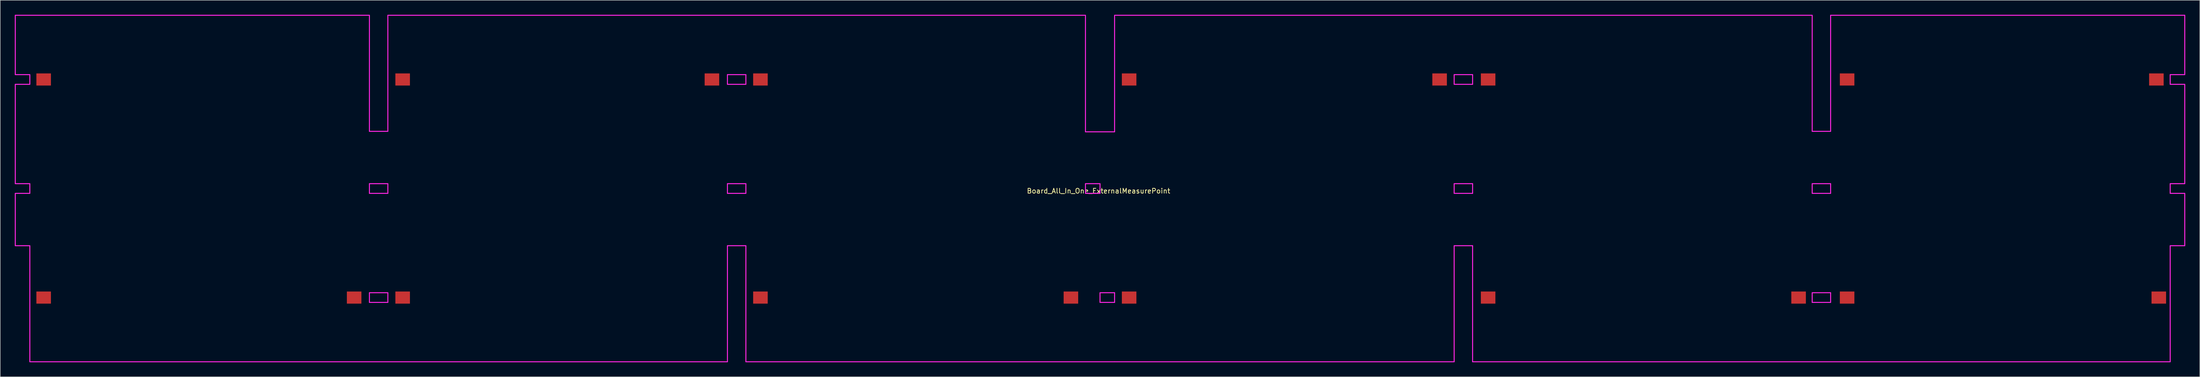
<source format=kicad_pcb>
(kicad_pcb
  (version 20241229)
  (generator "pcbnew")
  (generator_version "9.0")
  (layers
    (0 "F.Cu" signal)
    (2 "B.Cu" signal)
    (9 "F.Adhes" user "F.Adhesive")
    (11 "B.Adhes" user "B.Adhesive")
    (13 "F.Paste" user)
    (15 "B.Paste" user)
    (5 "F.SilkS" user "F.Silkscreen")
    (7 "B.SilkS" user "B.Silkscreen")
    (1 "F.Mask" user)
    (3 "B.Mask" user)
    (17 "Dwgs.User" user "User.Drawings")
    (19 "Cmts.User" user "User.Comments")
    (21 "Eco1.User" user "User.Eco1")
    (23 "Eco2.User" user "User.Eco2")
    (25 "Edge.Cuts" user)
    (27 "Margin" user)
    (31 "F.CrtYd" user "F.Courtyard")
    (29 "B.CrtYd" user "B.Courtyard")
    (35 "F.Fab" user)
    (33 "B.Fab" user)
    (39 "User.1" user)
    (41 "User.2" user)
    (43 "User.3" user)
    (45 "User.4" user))
  (footprint "Board_All_In_One_ExternalMeasurePoint"
    (layer "F.Cu")
    (at 223.7 35.85)
    (property "Reference" "Board_All_In_One_ExternalMeasurePoint" (at -0.3 0.5 0) (layer "F.SilkS") (effects (font (size 1 1) (thickness 0.153))))
    (attr through_hole)
    (fp_line (start -223.6 -35.75) (end -223.6 -23.5) (stroke (width 0.2) (type solid)) (layer "F.CrtYd"))
    (fp_line (start -223.6 -23.5) (end -220.6 -23.5) (stroke (width 0.2) (type solid)) (layer "F.CrtYd"))
    (fp_line (start -223.6 -21.5) (end -223.6 -1) (stroke (width 0.2) (type solid)) (layer "F.CrtYd"))
    (fp_line (start -223.6 -1) (end -220.6 -1) (stroke (width 0.2) (type solid)) (layer "F.CrtYd"))
    (fp_line (start -223.6 1) (end -223.6 11.8) (stroke (width 0.2) (type solid)) (layer "F.CrtYd"))
    (fp_line (start -223.6 11.8) (end -220.6 11.8) (stroke (width 0.2) (type solid)) (layer "F.CrtYd"))
    (fp_line (start -220.6 -23.5) (end -220.6 -21.5) (stroke (width 0.2) (type solid)) (layer "F.CrtYd"))
    (fp_line (start -220.6 -21.5) (end -223.6 -21.5) (stroke (width 0.2) (type solid)) (layer "F.CrtYd"))
    (fp_line (start -220.6 -1) (end -220.6 1) (stroke (width 0.2) (type solid)) (layer "F.CrtYd"))
    (fp_line (start -220.6 1) (end -223.6 1) (stroke (width 0.2) (type solid)) (layer "F.CrtYd"))
    (fp_line (start -220.6 11.8) (end -220.6 35.75) (stroke (width 0.2) (type solid)) (layer "F.CrtYd"))
    (fp_line (start -220.6 35.75) (end -76.8 35.75) (stroke (width 0.2) (type solid)) (layer "F.CrtYd"))
    (fp_line (start -150.6 -35.75) (end -223.6 -35.75) (stroke (width 0.2) (type solid)) (layer "F.CrtYd"))
    (fp_line (start -150.6 -11.8) (end -150.6 -35.75) (stroke (width 0.2) (type solid)) (layer "F.CrtYd"))
    (fp_line (start -150.6 -1) (end -146.8 -1) (stroke (width 0.2) (type solid)) (layer "F.CrtYd"))
    (fp_line (start -150.6 1) (end -150.6 -1) (stroke (width 0.2) (type solid)) (layer "F.CrtYd"))
    (fp_line (start -150.6 21.5) (end -146.8 21.5) (stroke (width 0.2) (type solid)) (layer "F.CrtYd"))
    (fp_line (start -150.6 23.5) (end -150.6 21.5) (stroke (width 0.2) (type solid)) (layer "F.CrtYd"))
    (fp_line (start -146.8 -35.75) (end -146.8 -11.8) (stroke (width 0.2) (type solid)) (layer "F.CrtYd"))
    (fp_line (start -146.8 -11.8) (end -150.6 -11.8) (stroke (width 0.2) (type solid)) (layer "F.CrtYd"))
    (fp_line (start -146.8 -1) (end -146.8 1) (stroke (width 0.2) (type solid)) (layer "F.CrtYd"))
    (fp_line (start -146.8 1) (end -150.6 1) (stroke (width 0.2) (type solid)) (layer "F.CrtYd"))
    (fp_line (start -146.8 21.5) (end -146.8 23.5) (stroke (width 0.2) (type solid)) (layer "F.CrtYd"))
    (fp_line (start -146.8 23.5) (end -150.6 23.5) (stroke (width 0.2) (type solid)) (layer "F.CrtYd"))
    (fp_line (start -76.8 -23.5) (end -73 -23.5) (stroke (width 0.2) (type solid)) (layer "F.CrtYd"))
    (fp_line (start -76.8 -21.5) (end -76.8 -23.5) (stroke (width 0.2) (type solid)) (layer "F.CrtYd"))
    (fp_line (start -76.8 -1) (end -73 -1) (stroke (width 0.2) (type solid)) (layer "F.CrtYd"))
    (fp_line (start -76.8 1) (end -76.8 -1) (stroke (width 0.2) (type solid)) (layer "F.CrtYd"))
    (fp_line (start -76.8 11.8) (end -73 11.8) (stroke (width 0.2) (type solid)) (layer "F.CrtYd"))
    (fp_line (start -76.8 35.75) (end -76.8 11.8) (stroke (width 0.2) (type solid)) (layer "F.CrtYd"))
    (fp_line (start -73 -23.5) (end -73 -21.5) (stroke (width 0.2) (type solid)) (layer "F.CrtYd"))
    (fp_line (start -73 -21.5) (end -76.8 -21.5) (stroke (width 0.2) (type solid)) (layer "F.CrtYd"))
    (fp_line (start -73 -1) (end -73 1) (stroke (width 0.2) (type solid)) (layer "F.CrtYd"))
    (fp_line (start -73 1) (end -76.8 1) (stroke (width 0.2) (type solid)) (layer "F.CrtYd"))
    (fp_line (start -73 11.8) (end -73 35.75) (stroke (width 0.2) (type solid)) (layer "F.CrtYd"))
    (fp_line (start -73 35.75) (end 3 35.75) (stroke (width 0.2) (type solid)) (layer "F.CrtYd"))
    (fp_line (start -3 -35.75) (end -146.8 -35.75) (stroke (width 0.2) (type solid)) (layer "F.CrtYd"))
    (fp_line (start -3 -11.7) (end -3 -35.65) (stroke (width 0.2) (type solid)) (layer "F.CrtYd"))
    (fp_line (start -3 -1) (end 0 -1) (stroke (width 0.2) (type solid)) (layer "F.CrtYd"))
    (fp_line (start -3 1) (end -3 -1) (stroke (width 0.2) (type solid)) (layer "F.CrtYd"))
    (fp_line (start 0 -1) (end 0 1) (stroke (width 0.2) (type solid)) (layer "F.CrtYd"))
    (fp_line (start 0 1) (end -3 1) (stroke (width 0.2) (type solid)) (layer "F.CrtYd"))
    (fp_line (start 0 21.5) (end 3 21.5) (stroke (width 0.2) (type solid)) (layer "F.CrtYd"))
    (fp_line (start 0 23.5) (end 0 21.5) (stroke (width 0.2) (type solid)) (layer "F.CrtYd"))
    (fp_line (start 3 -35.65) (end 3 -11.7) (stroke (width 0.2) (type solid)) (layer "F.CrtYd"))
    (fp_line (start 3 -11.7) (end -3 -11.7) (stroke (width 0.2) (type solid)) (layer "F.CrtYd"))
    (fp_line (start 3 21.5) (end 3 23.5) (stroke (width 0.2) (type solid)) (layer "F.CrtYd"))
    (fp_line (start 3 23.5) (end 0 23.5) (stroke (width 0.2) (type solid)) (layer "F.CrtYd"))
    (fp_line (start 73 -23.5) (end 76.8 -23.5) (stroke (width 0.2) (type solid)) (layer "F.CrtYd"))
    (fp_line (start 73 -21.5) (end 73 -23.5) (stroke (width 0.2) (type solid)) (layer "F.CrtYd"))
    (fp_line (start 73 -1) (end 76.8 -1) (stroke (width 0.2) (type solid)) (layer "F.CrtYd"))
    (fp_line (start 73 1) (end 73 -1) (stroke (width 0.2) (type solid)) (layer "F.CrtYd"))
    (fp_line (start 73 11.8) (end 76.8 11.8) (stroke (width 0.2) (type solid)) (layer "F.CrtYd"))
    (fp_line (start 73 35.75) (end 3 35.75) (stroke (width 0.2) (type solid)) (layer "F.CrtYd"))
    (fp_line (start 73 35.75) (end 73 11.8) (stroke (width 0.2) (type solid)) (layer "F.CrtYd"))
    (fp_line (start 76.8 -23.5) (end 76.8 -21.5) (stroke (width 0.2) (type solid)) (layer "F.CrtYd"))
    (fp_line (start 76.8 -21.5) (end 73 -21.5) (stroke (width 0.2) (type solid)) (layer "F.CrtYd"))
    (fp_line (start 76.8 -1) (end 76.8 1) (stroke (width 0.2) (type solid)) (layer "F.CrtYd"))
    (fp_line (start 76.8 1) (end 73 1) (stroke (width 0.2) (type solid)) (layer "F.CrtYd"))
    (fp_line (start 76.8 11.8) (end 76.8 35.75) (stroke (width 0.2) (type solid)) (layer "F.CrtYd"))
    (fp_line (start 76.8 35.75) (end 220.6 35.75) (stroke (width 0.2) (type solid)) (layer "F.CrtYd"))
    (fp_line (start 146.8 -35.75) (end 3 -35.75) (stroke (width 0.2) (type solid)) (layer "F.CrtYd"))
    (fp_line (start 146.8 -11.8) (end 146.8 -35.75) (stroke (width 0.2) (type solid)) (layer "F.CrtYd"))
    (fp_line (start 146.8 -1) (end 150.6 -1) (stroke (width 0.2) (type solid)) (layer "F.CrtYd"))
    (fp_line (start 146.8 1) (end 146.8 -1) (stroke (width 0.2) (type solid)) (layer "F.CrtYd"))
    (fp_line (start 146.8 21.5) (end 150.6 21.5) (stroke (width 0.2) (type solid)) (layer "F.CrtYd"))
    (fp_line (start 146.8 23.5) (end 146.8 21.5) (stroke (width 0.2) (type solid)) (layer "F.CrtYd"))
    (fp_line (start 150.6 -35.75) (end 150.6 -11.8) (stroke (width 0.2) (type solid)) (layer "F.CrtYd"))
    (fp_line (start 150.6 -11.8) (end 146.8 -11.8) (stroke (width 0.2) (type solid)) (layer "F.CrtYd"))
    (fp_line (start 150.6 -1) (end 150.6 1) (stroke (width 0.2) (type solid)) (layer "F.CrtYd"))
    (fp_line (start 150.6 1) (end 146.8 1) (stroke (width 0.2) (type solid)) (layer "F.CrtYd"))
    (fp_line (start 150.6 21.5) (end 150.6 23.5) (stroke (width 0.2) (type solid)) (layer "F.CrtYd"))
    (fp_line (start 150.6 23.5) (end 146.8 23.5) (stroke (width 0.2) (type solid)) (layer "F.CrtYd"))
    (fp_line (start 220.6 -23.5) (end 223.6 -23.5) (stroke (width 0.2) (type solid)) (layer "F.CrtYd"))
    (fp_line (start 220.6 -21.5) (end 220.6 -23.5) (stroke (width 0.2) (type solid)) (layer "F.CrtYd"))
    (fp_line (start 220.6 -1) (end 223.6 -1) (stroke (width 0.2) (type solid)) (layer "F.CrtYd"))
    (fp_line (start 220.6 1) (end 220.6 -1) (stroke (width 0.2) (type solid)) (layer "F.CrtYd"))
    (fp_line (start 220.6 11.8) (end 223.6 11.8) (stroke (width 0.2) (type solid)) (layer "F.CrtYd"))
    (fp_line (start 220.6 35.75) (end 220.6 11.8) (stroke (width 0.2) (type solid)) (layer "F.CrtYd"))
    (fp_line (start 223.6 -35.75) (end 150.6 -35.75) (stroke (width 0.2) (type solid)) (layer "F.CrtYd"))
    (fp_line (start 223.6 -23.5) (end 223.6 -35.75) (stroke (width 0.2) (type solid)) (layer "F.CrtYd"))
    (fp_line (start 223.6 -21.5) (end 220.6 -21.5) (stroke (width 0.2) (type solid)) (layer "F.CrtYd"))
    (fp_line (start 223.6 -1) (end 223.6 -21.5) (stroke (width 0.2) (type solid)) (layer "F.CrtYd"))
    (fp_line (start 223.6 1) (end 220.6 1) (stroke (width 0.2) (type solid)) (layer "F.CrtYd"))
    (fp_line (start 223.6 11.8) (end 223.6 1) (stroke (width 0.2) (type solid)) (layer "F.CrtYd"))
    (pad "1" smd rect (at -217.75 22.5 90) (size 2.5 3) (layers "F.Cu" "F.Mask" "F.Paste"))
    (pad "2" smd rect (at -153.75 22.5 90) (size 2.5 3) (layers "F.Cu" "F.Mask" "F.Paste"))
    (pad "3" smd rect (at -217.75 -22.5 90) (size 2.5 3) (layers "F.Cu" "F.Mask" "F.Paste"))
    (pad "4" smd rect (at -143.75 -22.5 90) (size 2.5 3) (layers "F.Cu" "F.Mask" "F.Paste"))
    (pad "5" smd rect (at -80 -22.5 90) (size 2.5 3) (layers "F.Cu" "F.Mask" "F.Paste"))
    (pad "6" smd rect (at -143.75 22.5 270) (size 2.5 3) (layers "F.Cu" "F.Mask" "F.Paste"))
    (pad "7" smd rect (at -70 22.5 90) (size 2.5 3) (layers "F.Cu" "F.Mask" "F.Paste"))
    (pad "8" smd rect (at -6 22.5 90) (size 2.5 3) (layers "F.Cu" "F.Mask" "F.Paste"))
    (pad "9" smd rect (at -70 -22.5 90) (size 2.5 3) (layers "F.Cu" "F.Mask" "F.Paste"))
    (pad "10" smd rect (at 6 -22.5 90) (size 2.5 3) (layers "F.Cu" "F.Mask" "F.Paste"))
    (pad "11" smd rect (at 70 -22.5 90) (size 2.5 3) (layers "F.Cu" "F.Mask" "F.Paste"))
    (pad "12" smd rect (at 6 22.5 90) (size 2.5 3) (layers "F.Cu" "F.Mask" "F.Paste"))
    (pad "13" smd rect (at 80 22.5 90) (size 2.5 3) (layers "F.Cu" "F.Mask" "F.Paste"))
    (pad "14" smd rect (at 144 22.5 90) (size 2.5 3) (layers "F.Cu" "F.Mask" "F.Paste"))
    (pad "15" smd rect (at 80 -22.5 90) (size 2.5 3) (layers "F.Cu" "F.Mask" "F.Paste"))
    (pad "16" smd rect (at 154 -22.5 90) (size 2.5 3) (layers "F.Cu" "F.Mask" "F.Paste"))
    (pad "17" smd rect (at 217.75 -22.5 90) (size 2.5 3) (layers "F.Cu" "F.Mask" "F.Paste"))
    (pad "18" smd rect (at 154 22.5 90) (size 2.5 3) (layers "F.Cu" "F.Mask" "F.Paste"))
    (pad "19" smd rect (at 218.25 22.5 90) (size 2.5 3) (layers "F.Cu" "F.Mask" "F.Paste")))
  (gr_rect
    (start -3 -3)
    (end 450.4 74.7)
    (stroke (width 0.1) (type default))
    (fill no)
    (layer "Edge.Cuts")))
</source>
